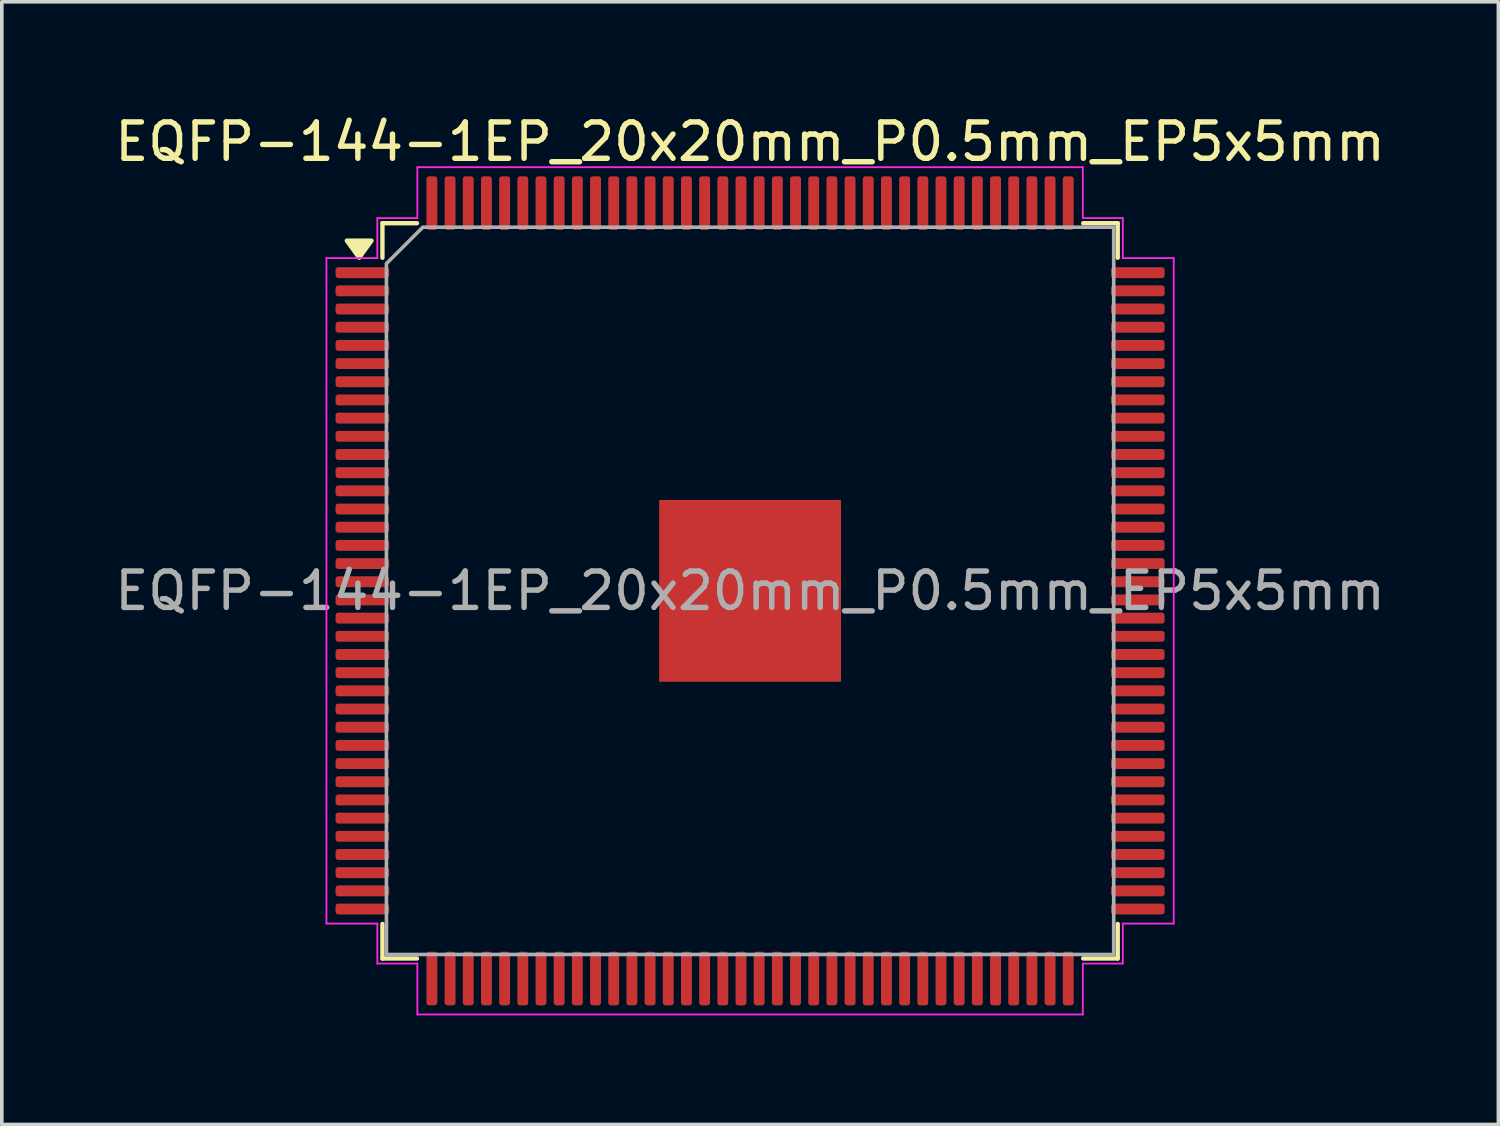
<source format=kicad_pcb>
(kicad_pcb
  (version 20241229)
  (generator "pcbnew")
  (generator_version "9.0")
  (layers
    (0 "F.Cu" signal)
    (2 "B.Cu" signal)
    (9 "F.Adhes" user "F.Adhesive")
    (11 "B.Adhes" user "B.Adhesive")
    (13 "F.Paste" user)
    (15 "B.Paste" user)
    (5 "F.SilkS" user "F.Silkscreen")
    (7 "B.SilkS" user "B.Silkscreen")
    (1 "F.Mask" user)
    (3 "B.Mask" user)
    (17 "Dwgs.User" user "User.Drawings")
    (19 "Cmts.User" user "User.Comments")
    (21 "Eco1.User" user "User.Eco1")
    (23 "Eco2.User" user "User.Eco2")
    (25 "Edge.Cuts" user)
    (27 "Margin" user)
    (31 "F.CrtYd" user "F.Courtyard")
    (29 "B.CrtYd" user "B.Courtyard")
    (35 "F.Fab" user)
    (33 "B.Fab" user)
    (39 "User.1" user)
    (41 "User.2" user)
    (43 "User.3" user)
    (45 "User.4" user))
  (footprint "EQFP-144-1EP_20x20mm_P0.5mm_EP5x5mm"
    (layer "F.Cu")
    (at 17.577 13.198)
    (property "Reference" "EQFP-144-1EP_20x20mm_P0.5mm_EP5x5mm" (at 0 -12.35 0) (layer "F.SilkS") (effects (font (size 1 1) (thickness 0.15))))
    (attr smd)
    (fp_line (start -10.11 -10.11) (end -9.16 -10.11) (stroke (width 0.12) (type solid)) (layer "F.SilkS"))
    (fp_line (start -10.11 -9.16) (end -10.11 -10.11) (stroke (width 0.12) (type solid)) (layer "F.SilkS"))
    (fp_line (start -10.11 10.11) (end -10.11 9.16) (stroke (width 0.12) (type solid)) (layer "F.SilkS"))
    (fp_line (start -9.16 10.11) (end -10.11 10.11) (stroke (width 0.12) (type solid)) (layer "F.SilkS"))
    (fp_line (start 9.16 -10.11) (end 10.11 -10.11) (stroke (width 0.12) (type solid)) (layer "F.SilkS"))
    (fp_line (start 10.11 -10.11) (end 10.11 -9.16) (stroke (width 0.12) (type solid)) (layer "F.SilkS"))
    (fp_line (start 10.11 9.16) (end 10.11 10.11) (stroke (width 0.12) (type solid)) (layer "F.SilkS"))
    (fp_line (start 10.11 10.11) (end 9.16 10.11) (stroke (width 0.12) (type solid)) (layer "F.SilkS"))
    (fp_poly (pts (xy -10.75 -9.16) (xy -11.09 -9.63) (xy -10.41 -9.63)) (stroke (width 0.12) (type solid)) (fill yes) (layer "F.SilkS"))
    (fp_line (start -11.65 -9.15) (end -10.25 -9.15) (stroke (width 0.05) (type solid)) (layer "F.CrtYd"))
    (fp_line (start -11.65 9.15) (end -11.65 -9.15) (stroke (width 0.05) (type solid)) (layer "F.CrtYd"))
    (fp_line (start -10.25 -10.25) (end -9.15 -10.25) (stroke (width 0.05) (type solid)) (layer "F.CrtYd"))
    (fp_line (start -10.25 -9.15) (end -10.25 -10.25) (stroke (width 0.05) (type solid)) (layer "F.CrtYd"))
    (fp_line (start -10.25 9.15) (end -11.65 9.15) (stroke (width 0.05) (type solid)) (layer "F.CrtYd"))
    (fp_line (start -10.25 10.25) (end -10.25 9.15) (stroke (width 0.05) (type solid)) (layer "F.CrtYd"))
    (fp_line (start -9.15 -11.65) (end 9.15 -11.65) (stroke (width 0.05) (type solid)) (layer "F.CrtYd"))
    (fp_line (start -9.15 -10.25) (end -9.15 -11.65) (stroke (width 0.05) (type solid)) (layer "F.CrtYd"))
    (fp_line (start -9.15 10.25) (end -10.25 10.25) (stroke (width 0.05) (type solid)) (layer "F.CrtYd"))
    (fp_line (start -9.15 11.65) (end -9.15 10.25) (stroke (width 0.05) (type solid)) (layer "F.CrtYd"))
    (fp_line (start 9.15 -11.65) (end 9.15 -10.25) (stroke (width 0.05) (type solid)) (layer "F.CrtYd"))
    (fp_line (start 9.15 -10.25) (end 10.25 -10.25) (stroke (width 0.05) (type solid)) (layer "F.CrtYd"))
    (fp_line (start 9.15 10.25) (end 9.15 11.65) (stroke (width 0.05) (type solid)) (layer "F.CrtYd"))
    (fp_line (start 9.15 11.65) (end -9.15 11.65) (stroke (width 0.05) (type solid)) (layer "F.CrtYd"))
    (fp_line (start 10.25 -10.25) (end 10.25 -9.15) (stroke (width 0.05) (type solid)) (layer "F.CrtYd"))
    (fp_line (start 10.25 -9.15) (end 11.65 -9.15) (stroke (width 0.05) (type solid)) (layer "F.CrtYd"))
    (fp_line (start 10.25 9.15) (end 10.25 10.25) (stroke (width 0.05) (type solid)) (layer "F.CrtYd"))
    (fp_line (start 10.25 10.25) (end 9.15 10.25) (stroke (width 0.05) (type solid)) (layer "F.CrtYd"))
    (fp_line (start 11.65 -9.15) (end 11.65 9.15) (stroke (width 0.05) (type solid)) (layer "F.CrtYd"))
    (fp_line (start 11.65 9.15) (end 10.25 9.15) (stroke (width 0.05) (type solid)) (layer "F.CrtYd"))
    (fp_poly (pts (xy -10 -9) (xy -10 10) (xy 10 10) (xy 10 -10) (xy -9 -10)) (stroke (width 0.1) (type solid)) (fill no) (layer "F.Fab"))
    (fp_text user "${REFERENCE}" (at 0 0 0) (layer "F.Fab") (effects (font (size 1 1) (thickness 0.15))))
    (pad "" smd roundrect (at -1.875 -1.875) (size 1.01 1.01) (layers "F.Paste") (roundrect_rratio 0.248))
    (pad "" smd roundrect (at -1.875 -0.625) (size 1.01 1.01) (layers "F.Paste") (roundrect_rratio 0.248))
    (pad "" smd roundrect (at -1.875 0.625) (size 1.01 1.01) (layers "F.Paste") (roundrect_rratio 0.248))
    (pad "" smd roundrect (at -1.875 1.875) (size 1.01 1.01) (layers "F.Paste") (roundrect_rratio 0.248))
    (pad "" smd roundrect (at -0.625 -1.875) (size 1.01 1.01) (layers "F.Paste") (roundrect_rratio 0.248))
    (pad "" smd roundrect (at -0.625 -0.625) (size 1.01 1.01) (layers "F.Paste") (roundrect_rratio 0.248))
    (pad "" smd roundrect (at -0.625 0.625) (size 1.01 1.01) (layers "F.Paste") (roundrect_rratio 0.248))
    (pad "" smd roundrect (at -0.625 1.875) (size 1.01 1.01) (layers "F.Paste") (roundrect_rratio 0.248))
    (pad "" smd roundrect (at 0.625 -1.875) (size 1.01 1.01) (layers "F.Paste") (roundrect_rratio 0.248))
    (pad "" smd roundrect (at 0.625 -0.625) (size 1.01 1.01) (layers "F.Paste") (roundrect_rratio 0.248))
    (pad "" smd roundrect (at 0.625 0.625) (size 1.01 1.01) (layers "F.Paste") (roundrect_rratio 0.248))
    (pad "" smd roundrect (at 0.625 1.875) (size 1.01 1.01) (layers "F.Paste") (roundrect_rratio 0.248))
    (pad "" smd roundrect (at 1.875 -1.875) (size 1.01 1.01) (layers "F.Paste") (roundrect_rratio 0.248))
    (pad "" smd roundrect (at 1.875 -0.625) (size 1.01 1.01) (layers "F.Paste") (roundrect_rratio 0.248))
    (pad "" smd roundrect (at 1.875 0.625) (size 1.01 1.01) (layers "F.Paste") (roundrect_rratio 0.248))
    (pad "" smd roundrect (at 1.875 1.875) (size 1.01 1.01) (layers "F.Paste") (roundrect_rratio 0.248))
    (pad "1" smd roundrect (at -10.662 -8.75) (size 1.475 0.3) (layers "F.Cu" "F.Mask" "F.Paste") (roundrect_rratio 0.25))
    (pad "2" smd roundrect (at -10.662 -8.25) (size 1.475 0.3) (layers "F.Cu" "F.Mask" "F.Paste") (roundrect_rratio 0.25))
    (pad "3" smd roundrect (at -10.662 -7.75) (size 1.475 0.3) (layers "F.Cu" "F.Mask" "F.Paste") (roundrect_rratio 0.25))
    (pad "4" smd roundrect (at -10.662 -7.25) (size 1.475 0.3) (layers "F.Cu" "F.Mask" "F.Paste") (roundrect_rratio 0.25))
    (pad "5" smd roundrect (at -10.662 -6.75) (size 1.475 0.3) (layers "F.Cu" "F.Mask" "F.Paste") (roundrect_rratio 0.25))
    (pad "6" smd roundrect (at -10.662 -6.25) (size 1.475 0.3) (layers "F.Cu" "F.Mask" "F.Paste") (roundrect_rratio 0.25))
    (pad "7" smd roundrect (at -10.662 -5.75) (size 1.475 0.3) (layers "F.Cu" "F.Mask" "F.Paste") (roundrect_rratio 0.25))
    (pad "8" smd roundrect (at -10.662 -5.25) (size 1.475 0.3) (layers "F.Cu" "F.Mask" "F.Paste") (roundrect_rratio 0.25))
    (pad "9" smd roundrect (at -10.662 -4.75) (size 1.475 0.3) (layers "F.Cu" "F.Mask" "F.Paste") (roundrect_rratio 0.25))
    (pad "10" smd roundrect (at -10.662 -4.25) (size 1.475 0.3) (layers "F.Cu" "F.Mask" "F.Paste") (roundrect_rratio 0.25))
    (pad "11" smd roundrect (at -10.662 -3.75) (size 1.475 0.3) (layers "F.Cu" "F.Mask" "F.Paste") (roundrect_rratio 0.25))
    (pad "12" smd roundrect (at -10.662 -3.25) (size 1.475 0.3) (layers "F.Cu" "F.Mask" "F.Paste") (roundrect_rratio 0.25))
    (pad "13" smd roundrect (at -10.662 -2.75) (size 1.475 0.3) (layers "F.Cu" "F.Mask" "F.Paste") (roundrect_rratio 0.25))
    (pad "14" smd roundrect (at -10.662 -2.25) (size 1.475 0.3) (layers "F.Cu" "F.Mask" "F.Paste") (roundrect_rratio 0.25))
    (pad "15" smd roundrect (at -10.662 -1.75) (size 1.475 0.3) (layers "F.Cu" "F.Mask" "F.Paste") (roundrect_rratio 0.25))
    (pad "16" smd roundrect (at -10.662 -1.25) (size 1.475 0.3) (layers "F.Cu" "F.Mask" "F.Paste") (roundrect_rratio 0.25))
    (pad "17" smd roundrect (at -10.662 -0.75) (size 1.475 0.3) (layers "F.Cu" "F.Mask" "F.Paste") (roundrect_rratio 0.25))
    (pad "18" smd roundrect (at -10.662 -0.25) (size 1.475 0.3) (layers "F.Cu" "F.Mask" "F.Paste") (roundrect_rratio 0.25))
    (pad "19" smd roundrect (at -10.662 0.25) (size 1.475 0.3) (layers "F.Cu" "F.Mask" "F.Paste") (roundrect_rratio 0.25))
    (pad "20" smd roundrect (at -10.662 0.75) (size 1.475 0.3) (layers "F.Cu" "F.Mask" "F.Paste") (roundrect_rratio 0.25))
    (pad "21" smd roundrect (at -10.662 1.25) (size 1.475 0.3) (layers "F.Cu" "F.Mask" "F.Paste") (roundrect_rratio 0.25))
    (pad "22" smd roundrect (at -10.662 1.75) (size 1.475 0.3) (layers "F.Cu" "F.Mask" "F.Paste") (roundrect_rratio 0.25))
    (pad "23" smd roundrect (at -10.662 2.25) (size 1.475 0.3) (layers "F.Cu" "F.Mask" "F.Paste") (roundrect_rratio 0.25))
    (pad "24" smd roundrect (at -10.662 2.75) (size 1.475 0.3) (layers "F.Cu" "F.Mask" "F.Paste") (roundrect_rratio 0.25))
    (pad "25" smd roundrect (at -10.662 3.25) (size 1.475 0.3) (layers "F.Cu" "F.Mask" "F.Paste") (roundrect_rratio 0.25))
    (pad "26" smd roundrect (at -10.662 3.75) (size 1.475 0.3) (layers "F.Cu" "F.Mask" "F.Paste") (roundrect_rratio 0.25))
    (pad "27" smd roundrect (at -10.662 4.25) (size 1.475 0.3) (layers "F.Cu" "F.Mask" "F.Paste") (roundrect_rratio 0.25))
    (pad "28" smd roundrect (at -10.662 4.75) (size 1.475 0.3) (layers "F.Cu" "F.Mask" "F.Paste") (roundrect_rratio 0.25))
    (pad "29" smd roundrect (at -10.662 5.25) (size 1.475 0.3) (layers "F.Cu" "F.Mask" "F.Paste") (roundrect_rratio 0.25))
    (pad "30" smd roundrect (at -10.662 5.75) (size 1.475 0.3) (layers "F.Cu" "F.Mask" "F.Paste") (roundrect_rratio 0.25))
    (pad "31" smd roundrect (at -10.662 6.25) (size 1.475 0.3) (layers "F.Cu" "F.Mask" "F.Paste") (roundrect_rratio 0.25))
    (pad "32" smd roundrect (at -10.662 6.75) (size 1.475 0.3) (layers "F.Cu" "F.Mask" "F.Paste") (roundrect_rratio 0.25))
    (pad "33" smd roundrect (at -10.662 7.25) (size 1.475 0.3) (layers "F.Cu" "F.Mask" "F.Paste") (roundrect_rratio 0.25))
    (pad "34" smd roundrect (at -10.662 7.75) (size 1.475 0.3) (layers "F.Cu" "F.Mask" "F.Paste") (roundrect_rratio 0.25))
    (pad "35" smd roundrect (at -10.662 8.25) (size 1.475 0.3) (layers "F.Cu" "F.Mask" "F.Paste") (roundrect_rratio 0.25))
    (pad "36" smd roundrect (at -10.662 8.75) (size 1.475 0.3) (layers "F.Cu" "F.Mask" "F.Paste") (roundrect_rratio 0.25))
    (pad "37" smd roundrect (at -8.75 10.662) (size 0.3 1.475) (layers "F.Cu" "F.Mask" "F.Paste") (roundrect_rratio 0.25))
    (pad "38" smd roundrect (at -8.25 10.662) (size 0.3 1.475) (layers "F.Cu" "F.Mask" "F.Paste") (roundrect_rratio 0.25))
    (pad "39" smd roundrect (at -7.75 10.662) (size 0.3 1.475) (layers "F.Cu" "F.Mask" "F.Paste") (roundrect_rratio 0.25))
    (pad "40" smd roundrect (at -7.25 10.662) (size 0.3 1.475) (layers "F.Cu" "F.Mask" "F.Paste") (roundrect_rratio 0.25))
    (pad "41" smd roundrect (at -6.75 10.662) (size 0.3 1.475) (layers "F.Cu" "F.Mask" "F.Paste") (roundrect_rratio 0.25))
    (pad "42" smd roundrect (at -6.25 10.662) (size 0.3 1.475) (layers "F.Cu" "F.Mask" "F.Paste") (roundrect_rratio 0.25))
    (pad "43" smd roundrect (at -5.75 10.662) (size 0.3 1.475) (layers "F.Cu" "F.Mask" "F.Paste") (roundrect_rratio 0.25))
    (pad "44" smd roundrect (at -5.25 10.662) (size 0.3 1.475) (layers "F.Cu" "F.Mask" "F.Paste") (roundrect_rratio 0.25))
    (pad "45" smd roundrect (at -4.75 10.662) (size 0.3 1.475) (layers "F.Cu" "F.Mask" "F.Paste") (roundrect_rratio 0.25))
    (pad "46" smd roundrect (at -4.25 10.662) (size 0.3 1.475) (layers "F.Cu" "F.Mask" "F.Paste") (roundrect_rratio 0.25))
    (pad "47" smd roundrect (at -3.75 10.662) (size 0.3 1.475) (layers "F.Cu" "F.Mask" "F.Paste") (roundrect_rratio 0.25))
    (pad "48" smd roundrect (at -3.25 10.662) (size 0.3 1.475) (layers "F.Cu" "F.Mask" "F.Paste") (roundrect_rratio 0.25))
    (pad "49" smd roundrect (at -2.75 10.662) (size 0.3 1.475) (layers "F.Cu" "F.Mask" "F.Paste") (roundrect_rratio 0.25))
    (pad "50" smd roundrect (at -2.25 10.662) (size 0.3 1.475) (layers "F.Cu" "F.Mask" "F.Paste") (roundrect_rratio 0.25))
    (pad "51" smd roundrect (at -1.75 10.662) (size 0.3 1.475) (layers "F.Cu" "F.Mask" "F.Paste") (roundrect_rratio 0.25))
    (pad "52" smd roundrect (at -1.25 10.662) (size 0.3 1.475) (layers "F.Cu" "F.Mask" "F.Paste") (roundrect_rratio 0.25))
    (pad "53" smd roundrect (at -0.75 10.662) (size 0.3 1.475) (layers "F.Cu" "F.Mask" "F.Paste") (roundrect_rratio 0.25))
    (pad "54" smd roundrect (at -0.25 10.662) (size 0.3 1.475) (layers "F.Cu" "F.Mask" "F.Paste") (roundrect_rratio 0.25))
    (pad "55" smd roundrect (at 0.25 10.662) (size 0.3 1.475) (layers "F.Cu" "F.Mask" "F.Paste") (roundrect_rratio 0.25))
    (pad "56" smd roundrect (at 0.75 10.662) (size 0.3 1.475) (layers "F.Cu" "F.Mask" "F.Paste") (roundrect_rratio 0.25))
    (pad "57" smd roundrect (at 1.25 10.662) (size 0.3 1.475) (layers "F.Cu" "F.Mask" "F.Paste") (roundrect_rratio 0.25))
    (pad "58" smd roundrect (at 1.75 10.662) (size 0.3 1.475) (layers "F.Cu" "F.Mask" "F.Paste") (roundrect_rratio 0.25))
    (pad "59" smd roundrect (at 2.25 10.662) (size 0.3 1.475) (layers "F.Cu" "F.Mask" "F.Paste") (roundrect_rratio 0.25))
    (pad "60" smd roundrect (at 2.75 10.662) (size 0.3 1.475) (layers "F.Cu" "F.Mask" "F.Paste") (roundrect_rratio 0.25))
    (pad "61" smd roundrect (at 3.25 10.662) (size 0.3 1.475) (layers "F.Cu" "F.Mask" "F.Paste") (roundrect_rratio 0.25))
    (pad "62" smd roundrect (at 3.75 10.662) (size 0.3 1.475) (layers "F.Cu" "F.Mask" "F.Paste") (roundrect_rratio 0.25))
    (pad "63" smd roundrect (at 4.25 10.662) (size 0.3 1.475) (layers "F.Cu" "F.Mask" "F.Paste") (roundrect_rratio 0.25))
    (pad "64" smd roundrect (at 4.75 10.662) (size 0.3 1.475) (layers "F.Cu" "F.Mask" "F.Paste") (roundrect_rratio 0.25))
    (pad "65" smd roundrect (at 5.25 10.662) (size 0.3 1.475) (layers "F.Cu" "F.Mask" "F.Paste") (roundrect_rratio 0.25))
    (pad "66" smd roundrect (at 5.75 10.662) (size 0.3 1.475) (layers "F.Cu" "F.Mask" "F.Paste") (roundrect_rratio 0.25))
    (pad "67" smd roundrect (at 6.25 10.662) (size 0.3 1.475) (layers "F.Cu" "F.Mask" "F.Paste") (roundrect_rratio 0.25))
    (pad "68" smd roundrect (at 6.75 10.662) (size 0.3 1.475) (layers "F.Cu" "F.Mask" "F.Paste") (roundrect_rratio 0.25))
    (pad "69" smd roundrect (at 7.25 10.662) (size 0.3 1.475) (layers "F.Cu" "F.Mask" "F.Paste") (roundrect_rratio 0.25))
    (pad "70" smd roundrect (at 7.75 10.662) (size 0.3 1.475) (layers "F.Cu" "F.Mask" "F.Paste") (roundrect_rratio 0.25))
    (pad "71" smd roundrect (at 8.25 10.662) (size 0.3 1.475) (layers "F.Cu" "F.Mask" "F.Paste") (roundrect_rratio 0.25))
    (pad "72" smd roundrect (at 8.75 10.662) (size 0.3 1.475) (layers "F.Cu" "F.Mask" "F.Paste") (roundrect_rratio 0.25))
    (pad "73" smd roundrect (at 10.662 8.75) (size 1.475 0.3) (layers "F.Cu" "F.Mask" "F.Paste") (roundrect_rratio 0.25))
    (pad "74" smd roundrect (at 10.662 8.25) (size 1.475 0.3) (layers "F.Cu" "F.Mask" "F.Paste") (roundrect_rratio 0.25))
    (pad "75" smd roundrect (at 10.662 7.75) (size 1.475 0.3) (layers "F.Cu" "F.Mask" "F.Paste") (roundrect_rratio 0.25))
    (pad "76" smd roundrect (at 10.662 7.25) (size 1.475 0.3) (layers "F.Cu" "F.Mask" "F.Paste") (roundrect_rratio 0.25))
    (pad "77" smd roundrect (at 10.662 6.75) (size 1.475 0.3) (layers "F.Cu" "F.Mask" "F.Paste") (roundrect_rratio 0.25))
    (pad "78" smd roundrect (at 10.662 6.25) (size 1.475 0.3) (layers "F.Cu" "F.Mask" "F.Paste") (roundrect_rratio 0.25))
    (pad "79" smd roundrect (at 10.662 5.75) (size 1.475 0.3) (layers "F.Cu" "F.Mask" "F.Paste") (roundrect_rratio 0.25))
    (pad "80" smd roundrect (at 10.662 5.25) (size 1.475 0.3) (layers "F.Cu" "F.Mask" "F.Paste") (roundrect_rratio 0.25))
    (pad "81" smd roundrect (at 10.662 4.75) (size 1.475 0.3) (layers "F.Cu" "F.Mask" "F.Paste") (roundrect_rratio 0.25))
    (pad "82" smd roundrect (at 10.662 4.25) (size 1.475 0.3) (layers "F.Cu" "F.Mask" "F.Paste") (roundrect_rratio 0.25))
    (pad "83" smd roundrect (at 10.662 3.75) (size 1.475 0.3) (layers "F.Cu" "F.Mask" "F.Paste") (roundrect_rratio 0.25))
    (pad "84" smd roundrect (at 10.662 3.25) (size 1.475 0.3) (layers "F.Cu" "F.Mask" "F.Paste") (roundrect_rratio 0.25))
    (pad "85" smd roundrect (at 10.662 2.75) (size 1.475 0.3) (layers "F.Cu" "F.Mask" "F.Paste") (roundrect_rratio 0.25))
    (pad "86" smd roundrect (at 10.662 2.25) (size 1.475 0.3) (layers "F.Cu" "F.Mask" "F.Paste") (roundrect_rratio 0.25))
    (pad "87" smd roundrect (at 10.662 1.75) (size 1.475 0.3) (layers "F.Cu" "F.Mask" "F.Paste") (roundrect_rratio 0.25))
    (pad "88" smd roundrect (at 10.662 1.25) (size 1.475 0.3) (layers "F.Cu" "F.Mask" "F.Paste") (roundrect_rratio 0.25))
    (pad "89" smd roundrect (at 10.662 0.75) (size 1.475 0.3) (layers "F.Cu" "F.Mask" "F.Paste") (roundrect_rratio 0.25))
    (pad "90" smd roundrect (at 10.662 0.25) (size 1.475 0.3) (layers "F.Cu" "F.Mask" "F.Paste") (roundrect_rratio 0.25))
    (pad "91" smd roundrect (at 10.662 -0.25) (size 1.475 0.3) (layers "F.Cu" "F.Mask" "F.Paste") (roundrect_rratio 0.25))
    (pad "92" smd roundrect (at 10.662 -0.75) (size 1.475 0.3) (layers "F.Cu" "F.Mask" "F.Paste") (roundrect_rratio 0.25))
    (pad "93" smd roundrect (at 10.662 -1.25) (size 1.475 0.3) (layers "F.Cu" "F.Mask" "F.Paste") (roundrect_rratio 0.25))
    (pad "94" smd roundrect (at 10.662 -1.75) (size 1.475 0.3) (layers "F.Cu" "F.Mask" "F.Paste") (roundrect_rratio 0.25))
    (pad "95" smd roundrect (at 10.662 -2.25) (size 1.475 0.3) (layers "F.Cu" "F.Mask" "F.Paste") (roundrect_rratio 0.25))
    (pad "96" smd roundrect (at 10.662 -2.75) (size 1.475 0.3) (layers "F.Cu" "F.Mask" "F.Paste") (roundrect_rratio 0.25))
    (pad "97" smd roundrect (at 10.662 -3.25) (size 1.475 0.3) (layers "F.Cu" "F.Mask" "F.Paste") (roundrect_rratio 0.25))
    (pad "98" smd roundrect (at 10.662 -3.75) (size 1.475 0.3) (layers "F.Cu" "F.Mask" "F.Paste") (roundrect_rratio 0.25))
    (pad "99" smd roundrect (at 10.662 -4.25) (size 1.475 0.3) (layers "F.Cu" "F.Mask" "F.Paste") (roundrect_rratio 0.25))
    (pad "100" smd roundrect (at 10.662 -4.75) (size 1.475 0.3) (layers "F.Cu" "F.Mask" "F.Paste") (roundrect_rratio 0.25))
    (pad "101" smd roundrect (at 10.662 -5.25) (size 1.475 0.3) (layers "F.Cu" "F.Mask" "F.Paste") (roundrect_rratio 0.25))
    (pad "102" smd roundrect (at 10.662 -5.75) (size 1.475 0.3) (layers "F.Cu" "F.Mask" "F.Paste") (roundrect_rratio 0.25))
    (pad "103" smd roundrect (at 10.662 -6.25) (size 1.475 0.3) (layers "F.Cu" "F.Mask" "F.Paste") (roundrect_rratio 0.25))
    (pad "104" smd roundrect (at 10.662 -6.75) (size 1.475 0.3) (layers "F.Cu" "F.Mask" "F.Paste") (roundrect_rratio 0.25))
    (pad "105" smd roundrect (at 10.662 -7.25) (size 1.475 0.3) (layers "F.Cu" "F.Mask" "F.Paste") (roundrect_rratio 0.25))
    (pad "106" smd roundrect (at 10.662 -7.75) (size 1.475 0.3) (layers "F.Cu" "F.Mask" "F.Paste") (roundrect_rratio 0.25))
    (pad "107" smd roundrect (at 10.662 -8.25) (size 1.475 0.3) (layers "F.Cu" "F.Mask" "F.Paste") (roundrect_rratio 0.25))
    (pad "108" smd roundrect (at 10.662 -8.75) (size 1.475 0.3) (layers "F.Cu" "F.Mask" "F.Paste") (roundrect_rratio 0.25))
    (pad "109" smd roundrect (at 8.75 -10.662) (size 0.3 1.475) (layers "F.Cu" "F.Mask" "F.Paste") (roundrect_rratio 0.25))
    (pad "110" smd roundrect (at 8.25 -10.662) (size 0.3 1.475) (layers "F.Cu" "F.Mask" "F.Paste") (roundrect_rratio 0.25))
    (pad "111" smd roundrect (at 7.75 -10.662) (size 0.3 1.475) (layers "F.Cu" "F.Mask" "F.Paste") (roundrect_rratio 0.25))
    (pad "112" smd roundrect (at 7.25 -10.662) (size 0.3 1.475) (layers "F.Cu" "F.Mask" "F.Paste") (roundrect_rratio 0.25))
    (pad "113" smd roundrect (at 6.75 -10.662) (size 0.3 1.475) (layers "F.Cu" "F.Mask" "F.Paste") (roundrect_rratio 0.25))
    (pad "114" smd roundrect (at 6.25 -10.662) (size 0.3 1.475) (layers "F.Cu" "F.Mask" "F.Paste") (roundrect_rratio 0.25))
    (pad "115" smd roundrect (at 5.75 -10.662) (size 0.3 1.475) (layers "F.Cu" "F.Mask" "F.Paste") (roundrect_rratio 0.25))
    (pad "116" smd roundrect (at 5.25 -10.662) (size 0.3 1.475) (layers "F.Cu" "F.Mask" "F.Paste") (roundrect_rratio 0.25))
    (pad "117" smd roundrect (at 4.75 -10.662) (size 0.3 1.475) (layers "F.Cu" "F.Mask" "F.Paste") (roundrect_rratio 0.25))
    (pad "118" smd roundrect (at 4.25 -10.662) (size 0.3 1.475) (layers "F.Cu" "F.Mask" "F.Paste") (roundrect_rratio 0.25))
    (pad "119" smd roundrect (at 3.75 -10.662) (size 0.3 1.475) (layers "F.Cu" "F.Mask" "F.Paste") (roundrect_rratio 0.25))
    (pad "120" smd roundrect (at 3.25 -10.662) (size 0.3 1.475) (layers "F.Cu" "F.Mask" "F.Paste") (roundrect_rratio 0.25))
    (pad "121" smd roundrect (at 2.75 -10.662) (size 0.3 1.475) (layers "F.Cu" "F.Mask" "F.Paste") (roundrect_rratio 0.25))
    (pad "122" smd roundrect (at 2.25 -10.662) (size 0.3 1.475) (layers "F.Cu" "F.Mask" "F.Paste") (roundrect_rratio 0.25))
    (pad "123" smd roundrect (at 1.75 -10.662) (size 0.3 1.475) (layers "F.Cu" "F.Mask" "F.Paste") (roundrect_rratio 0.25))
    (pad "124" smd roundrect (at 1.25 -10.662) (size 0.3 1.475) (layers "F.Cu" "F.Mask" "F.Paste") (roundrect_rratio 0.25))
    (pad "125" smd roundrect (at 0.75 -10.662) (size 0.3 1.475) (layers "F.Cu" "F.Mask" "F.Paste") (roundrect_rratio 0.25))
    (pad "126" smd roundrect (at 0.25 -10.662) (size 0.3 1.475) (layers "F.Cu" "F.Mask" "F.Paste") (roundrect_rratio 0.25))
    (pad "127" smd roundrect (at -0.25 -10.662) (size 0.3 1.475) (layers "F.Cu" "F.Mask" "F.Paste") (roundrect_rratio 0.25))
    (pad "128" smd roundrect (at -0.75 -10.662) (size 0.3 1.475) (layers "F.Cu" "F.Mask" "F.Paste") (roundrect_rratio 0.25))
    (pad "129" smd roundrect (at -1.25 -10.662) (size 0.3 1.475) (layers "F.Cu" "F.Mask" "F.Paste") (roundrect_rratio 0.25))
    (pad "130" smd roundrect (at -1.75 -10.662) (size 0.3 1.475) (layers "F.Cu" "F.Mask" "F.Paste") (roundrect_rratio 0.25))
    (pad "131" smd roundrect (at -2.25 -10.662) (size 0.3 1.475) (layers "F.Cu" "F.Mask" "F.Paste") (roundrect_rratio 0.25))
    (pad "132" smd roundrect (at -2.75 -10.662) (size 0.3 1.475) (layers "F.Cu" "F.Mask" "F.Paste") (roundrect_rratio 0.25))
    (pad "133" smd roundrect (at -3.25 -10.662) (size 0.3 1.475) (layers "F.Cu" "F.Mask" "F.Paste") (roundrect_rratio 0.25))
    (pad "134" smd roundrect (at -3.75 -10.662) (size 0.3 1.475) (layers "F.Cu" "F.Mask" "F.Paste") (roundrect_rratio 0.25))
    (pad "135" smd roundrect (at -4.25 -10.662) (size 0.3 1.475) (layers "F.Cu" "F.Mask" "F.Paste") (roundrect_rratio 0.25))
    (pad "136" smd roundrect (at -4.75 -10.662) (size 0.3 1.475) (layers "F.Cu" "F.Mask" "F.Paste") (roundrect_rratio 0.25))
    (pad "137" smd roundrect (at -5.25 -10.662) (size 0.3 1.475) (layers "F.Cu" "F.Mask" "F.Paste") (roundrect_rratio 0.25))
    (pad "138" smd roundrect (at -5.75 -10.662) (size 0.3 1.475) (layers "F.Cu" "F.Mask" "F.Paste") (roundrect_rratio 0.25))
    (pad "139" smd roundrect (at -6.25 -10.662) (size 0.3 1.475) (layers "F.Cu" "F.Mask" "F.Paste") (roundrect_rratio 0.25))
    (pad "140" smd roundrect (at -6.75 -10.662) (size 0.3 1.475) (layers "F.Cu" "F.Mask" "F.Paste") (roundrect_rratio 0.25))
    (pad "141" smd roundrect (at -7.25 -10.662) (size 0.3 1.475) (layers "F.Cu" "F.Mask" "F.Paste") (roundrect_rratio 0.25))
    (pad "142" smd roundrect (at -7.75 -10.662) (size 0.3 1.475) (layers "F.Cu" "F.Mask" "F.Paste") (roundrect_rratio 0.25))
    (pad "143" smd roundrect (at -8.25 -10.662) (size 0.3 1.475) (layers "F.Cu" "F.Mask" "F.Paste") (roundrect_rratio 0.25))
    (pad "144" smd roundrect (at -8.75 -10.662) (size 0.3 1.475) (layers "F.Cu" "F.Mask" "F.Paste") (roundrect_rratio 0.25))
    (pad "145" smd rect (at 0 0) (size 5 5) (property pad_prop_heatsink) (layers "F.Cu" "F.Mask")))
  (gr_rect
    (start -3 -3)
    (end 38.155 27.873)
    (stroke (width 0.1) (type default))
    (fill no)
    (layer "Edge.Cuts")))
</source>
